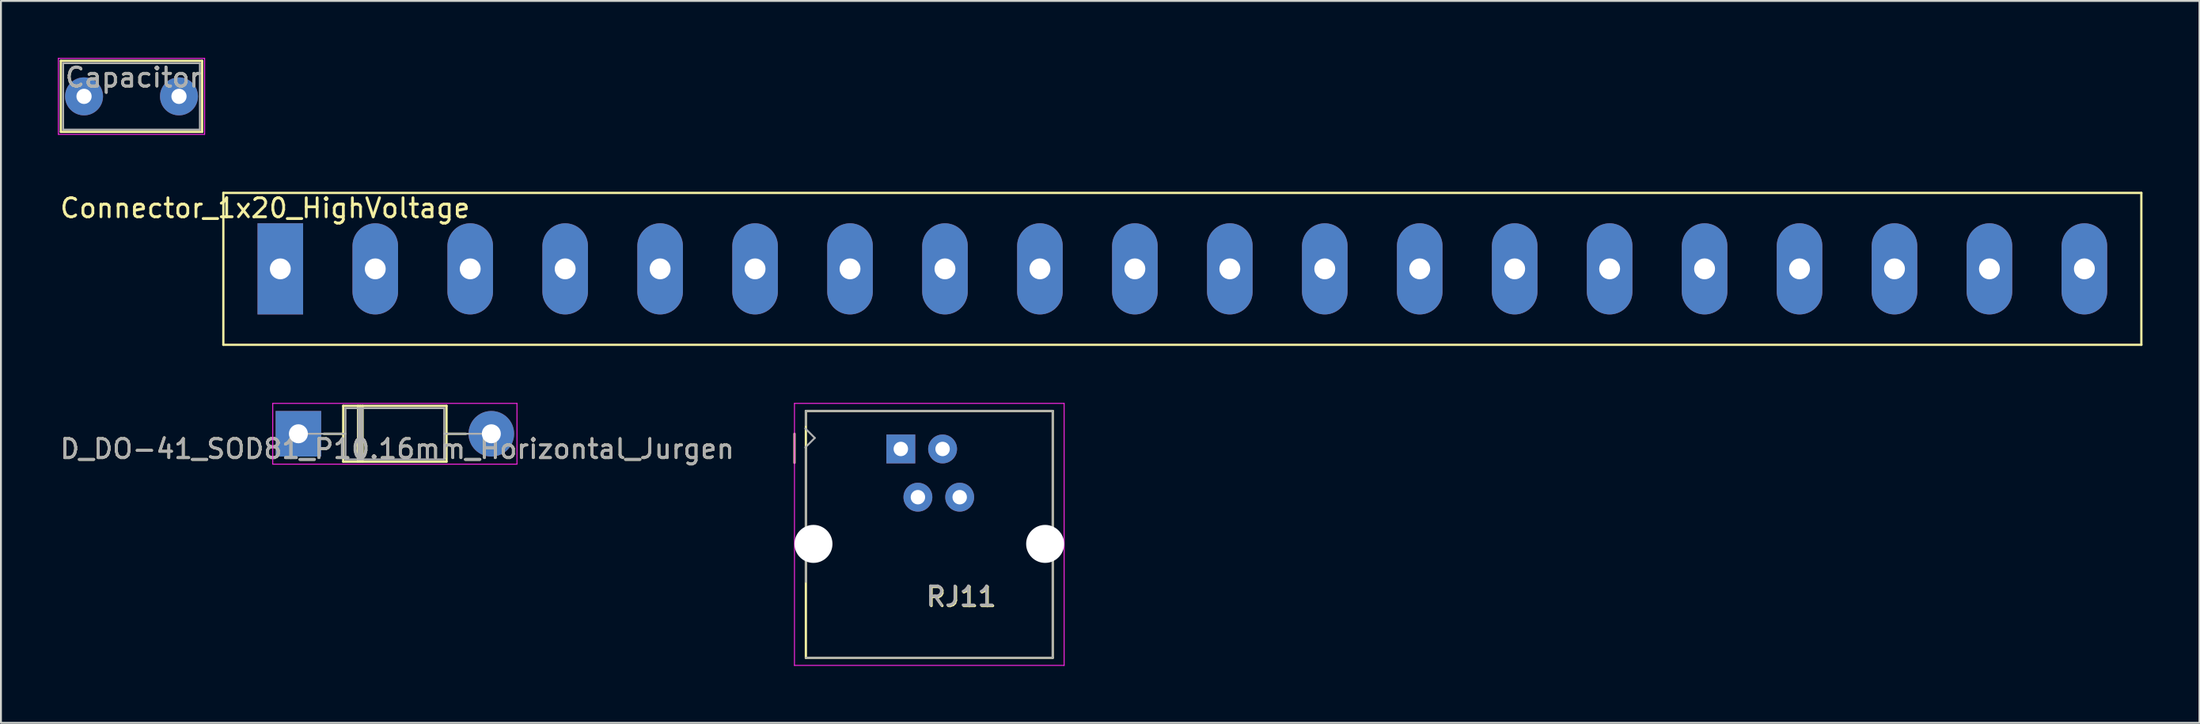
<source format=kicad_pcb>
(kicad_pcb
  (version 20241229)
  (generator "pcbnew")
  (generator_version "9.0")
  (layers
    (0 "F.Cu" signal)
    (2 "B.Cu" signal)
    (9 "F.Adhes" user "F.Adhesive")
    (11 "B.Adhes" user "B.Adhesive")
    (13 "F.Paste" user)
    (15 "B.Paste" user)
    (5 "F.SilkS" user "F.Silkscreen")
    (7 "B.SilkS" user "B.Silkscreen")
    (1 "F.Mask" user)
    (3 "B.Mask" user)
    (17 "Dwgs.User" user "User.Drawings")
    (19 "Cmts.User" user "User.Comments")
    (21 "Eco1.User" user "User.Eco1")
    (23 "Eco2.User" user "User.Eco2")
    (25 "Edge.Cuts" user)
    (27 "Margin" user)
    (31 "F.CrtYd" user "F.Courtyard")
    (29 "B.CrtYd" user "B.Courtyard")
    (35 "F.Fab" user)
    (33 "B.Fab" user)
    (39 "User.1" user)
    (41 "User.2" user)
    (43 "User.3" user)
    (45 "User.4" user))
  (footprint "D_DO-41_SOD81_P10.16mm_Horizontal_Jurgen"
    (layer "F.Cu")
    (at 12.663 19.795)
    (property "Reference" "D_DO-41_SOD81_P10.16mm_Horizontal_Jurgen" (at 5.2 0.8 0) (layer "F.SilkS") (effects (font (size 1 1) (thickness 0.15))))
    (attr through_hole)
    (fp_line (start 1.34 0) (end 2.36 0) (stroke (width 0.12) (type solid)) (layer "F.SilkS"))
    (fp_line (start 2.36 -1.47) (end 2.36 1.47) (stroke (width 0.12) (type solid)) (layer "F.SilkS"))
    (fp_line (start 2.36 1.47) (end 7.8 1.47) (stroke (width 0.12) (type solid)) (layer "F.SilkS"))
    (fp_line (start 3.14 -1.47) (end 3.14 1.47) (stroke (width 0.12) (type solid)) (layer "F.SilkS"))
    (fp_line (start 3.26 -1.47) (end 3.26 1.47) (stroke (width 0.12) (type solid)) (layer "F.SilkS"))
    (fp_line (start 3.38 -1.47) (end 3.38 1.47) (stroke (width 0.12) (type solid)) (layer "F.SilkS"))
    (fp_line (start 7.8 -1.47) (end 2.36 -1.47) (stroke (width 0.12) (type solid)) (layer "F.SilkS"))
    (fp_line (start 7.8 1.47) (end 7.8 -1.47) (stroke (width 0.12) (type solid)) (layer "F.SilkS"))
    (fp_line (start 8.82 0) (end 7.8 0) (stroke (width 0.12) (type solid)) (layer "F.SilkS"))
    (fp_line (start -1.35 -1.6) (end -1.35 1.6) (stroke (width 0.05) (type solid)) (layer "F.CrtYd"))
    (fp_line (start -1.35 1.6) (end 11.51 1.6) (stroke (width 0.05) (type solid)) (layer "F.CrtYd"))
    (fp_line (start 11.51 -1.6) (end -1.35 -1.6) (stroke (width 0.05) (type solid)) (layer "F.CrtYd"))
    (fp_line (start 11.51 1.6) (end 11.51 -1.6) (stroke (width 0.05) (type solid)) (layer "F.CrtYd"))
    (fp_line (start 0 0) (end 2.48 0) (stroke (width 0.1) (type solid)) (layer "F.Fab"))
    (fp_line (start 2.48 -1.35) (end 2.48 1.35) (stroke (width 0.1) (type solid)) (layer "F.Fab"))
    (fp_line (start 2.48 1.35) (end 7.68 1.35) (stroke (width 0.1) (type solid)) (layer "F.Fab"))
    (fp_line (start 3.16 -1.35) (end 3.16 1.35) (stroke (width 0.1) (type solid)) (layer "F.Fab"))
    (fp_line (start 3.26 -1.35) (end 3.26 1.35) (stroke (width 0.1) (type solid)) (layer "F.Fab"))
    (fp_line (start 3.36 -1.35) (end 3.36 1.35) (stroke (width 0.1) (type solid)) (layer "F.Fab"))
    (fp_line (start 7.68 -1.35) (end 2.48 -1.35) (stroke (width 0.1) (type solid)) (layer "F.Fab"))
    (fp_line (start 7.68 1.35) (end 7.68 -1.35) (stroke (width 0.1) (type solid)) (layer "F.Fab"))
    (fp_line (start 10.16 0) (end 7.68 0) (stroke (width 0.1) (type solid)) (layer "F.Fab"))
    (fp_text user "${REFERENCE}" (at 5.2 0.8 0) (layer "F.Fab") (effects (font (size 1 1) (thickness 0.15))))
    (pad "1" thru_hole rect (at 0 0) (size 2.4 2.4) (drill 1) (layers "*.Cu" "*.Mask"))
    (pad "2" thru_hole oval (at 10.16 0) (size 2.4 2.4) (drill 1) (layers "*.Cu" "*.Mask")))
  (footprint "Capacitor"
    (layer "F.Cu")
    (at 1.375 2.025)
    (property "Reference" "Capacitor" (at 2.6 -1 0) (layer "F.SilkS") (effects (font (size 1 1) (thickness 0.15))))
    (attr through_hole)
    (fp_line (start -1.22 -1.87) (end -1.22 1.87) (stroke (width 0.12) (type solid)) (layer "F.SilkS"))
    (fp_line (start -1.22 -1.87) (end 6.22 -1.87) (stroke (width 0.12) (type solid)) (layer "F.SilkS"))
    (fp_line (start -1.22 1.87) (end 6.22 1.87) (stroke (width 0.12) (type solid)) (layer "F.SilkS"))
    (fp_line (start 6.22 -1.87) (end 6.22 1.87) (stroke (width 0.12) (type solid)) (layer "F.SilkS"))
    (fp_line (start -1.35 -2) (end -1.35 2) (stroke (width 0.05) (type solid)) (layer "F.CrtYd"))
    (fp_line (start -1.35 2) (end 6.35 2) (stroke (width 0.05) (type solid)) (layer "F.CrtYd"))
    (fp_line (start 6.35 -2) (end -1.35 -2) (stroke (width 0.05) (type solid)) (layer "F.CrtYd"))
    (fp_line (start 6.35 2) (end 6.35 -2) (stroke (width 0.05) (type solid)) (layer "F.CrtYd"))
    (fp_line (start -1.1 -1.75) (end -1.1 1.75) (stroke (width 0.1) (type solid)) (layer "F.Fab"))
    (fp_line (start -1.1 1.75) (end 6.1 1.75) (stroke (width 0.1) (type solid)) (layer "F.Fab"))
    (fp_line (start 6.1 -1.75) (end -1.1 -1.75) (stroke (width 0.1) (type solid)) (layer "F.Fab"))
    (fp_line (start 6.1 1.75) (end 6.1 -1.75) (stroke (width 0.1) (type solid)) (layer "F.Fab"))
    (fp_text user "${REFERENCE}" (at 2.6 -1 0) (layer "F.Fab") (effects (font (size 1 1) (thickness 0.15))))
    (pad "1" thru_hole circle (at 0 0) (size 2 2) (drill 0.8) (layers "*.Cu" "*.Mask"))
    (pad "2" thru_hole circle (at 5 0) (size 2 2) (drill 0.8) (layers "*.Cu" "*.Mask")))
  (footprint "Connector_1x20_HighVoltage"
    (layer "F.Cu")
    (at 58.711 11.11)
    (property "Reference" "Connector_1x20_HighVoltage" (at -47.8 -3.2 0) (layer "F.SilkS") (effects (font (size 1 1) (thickness 0.15))))
    (attr through_hole)
    (fp_line (start -50 -4) (end -50 4) (stroke (width 0.12) (type solid)) (layer "F.SilkS"))
    (fp_line (start -50 -4) (end 51 -4) (stroke (width 0.12) (type solid)) (layer "F.SilkS"))
    (fp_line (start -50 4) (end 51 4) (stroke (width 0.12) (type solid)) (layer "F.SilkS"))
    (fp_line (start 51 -4) (end 51 4) (stroke (width 0.12) (type solid)) (layer "F.SilkS"))
    (pad "1" thru_hole custom (at -47 0) (size 2.4 4.8) (drill 1.1) (layers "*.Cu" "*.Mask") (options (anchor rect)) (primitives))
    (pad "2" thru_hole oval (at -42 0) (size 2.4 4.8) (drill 1.1) (layers "*.Cu" "*.Mask"))
    (pad "3" thru_hole oval (at -37 0) (size 2.4 4.8) (drill 1.1) (layers "*.Cu" "*.Mask"))
    (pad "4" thru_hole oval (at -32 0) (size 2.4 4.8) (drill 1.1) (layers "*.Cu" "*.Mask"))
    (pad "5" thru_hole oval (at -27 0) (size 2.4 4.8) (drill 1.1) (layers "*.Cu" "*.Mask"))
    (pad "6" thru_hole oval (at -22 0) (size 2.4 4.8) (drill 1.1) (layers "*.Cu" "*.Mask"))
    (pad "7" thru_hole oval (at -17 0) (size 2.4 4.8) (drill 1.1) (layers "*.Cu" "*.Mask"))
    (pad "8" thru_hole oval (at -12 0) (size 2.4 4.8) (drill 1.1) (layers "*.Cu" "*.Mask"))
    (pad "9" thru_hole oval (at -7 0) (size 2.4 4.8) (drill 1.1) (layers "*.Cu" "*.Mask"))
    (pad "10" thru_hole oval (at -2 0) (size 2.4 4.8) (drill 1.1) (layers "*.Cu" "*.Mask"))
    (pad "11" thru_hole oval (at 3 0) (size 2.4 4.8) (drill 1.1) (layers "*.Cu" "*.Mask"))
    (pad "12" thru_hole oval (at 8 0) (size 2.4 4.8) (drill 1.1) (layers "*.Cu" "*.Mask"))
    (pad "13" thru_hole oval (at 13 0) (size 2.4 4.8) (drill 1.1) (layers "*.Cu" "*.Mask"))
    (pad "14" thru_hole oval (at 18 0) (size 2.4 4.8) (drill 1.1) (layers "*.Cu" "*.Mask"))
    (pad "15" thru_hole oval (at 23 0) (size 2.4 4.8) (drill 1.1) (layers "*.Cu" "*.Mask"))
    (pad "16" thru_hole oval (at 28 0) (size 2.4 4.8) (drill 1.1) (layers "*.Cu" "*.Mask"))
    (pad "17" thru_hole oval (at 33 0) (size 2.4 4.8) (drill 1.1) (layers "*.Cu" "*.Mask"))
    (pad "18" thru_hole oval (at 38 0) (size 2.4 4.8) (drill 1.1) (layers "*.Cu" "*.Mask"))
    (pad "19" thru_hole oval (at 43 0) (size 2.4 4.8) (drill 1.1) (layers "*.Cu" "*.Mask"))
    (pad "20" thru_hole oval (at 48 0) (size 2.4 4.8) (drill 1.1) (layers "*.Cu" "*.Mask")))
  (footprint "RJ11"
    (layer "F.Cu")
    (at 44.386 20.595)
    (property "Reference" "RJ11" (at 3.2 7.8 0) (layer "F.SilkS") (effects (font (size 1 1) (thickness 0.15))))
    (attr through_hole)
    (fp_line (start -5.6 0.73) (end -5.6 -0.8) (stroke (width 0.12) (type solid)) (layer "F.SilkS"))
    (fp_line (start -5 -2) (end -5 11) (stroke (width 0.12) (type solid)) (layer "F.SilkS"))
    (fp_line (start -5 -2) (end 8 -2) (stroke (width 0.12) (type solid)) (layer "F.SilkS"))
    (fp_line (start -5 11) (end 8 11) (stroke (width 0.12) (type solid)) (layer "F.SilkS"))
    (fp_line (start 8 -2) (end 8 11) (stroke (width 0.12) (type solid)) (layer "F.SilkS"))
    (fp_line (start -5.6 -2.4) (end 8.6 -2.4) (stroke (width 0.05) (type solid)) (layer "F.CrtYd"))
    (fp_line (start -5.6 11.4) (end -5.6 -2.4) (stroke (width 0.05) (type solid)) (layer "F.CrtYd"))
    (fp_line (start -5.6 11.4) (end 8.6 11.4) (stroke (width 0.05) (type solid)) (layer "F.CrtYd"))
    (fp_line (start 8.6 -2.4) (end 8.6 11.4) (stroke (width 0.05) (type solid)) (layer "F.CrtYd"))
    (fp_line (start -5.03 -0.08) (end -4.53 -0.58) (stroke (width 0.1) (type solid)) (layer "F.Fab"))
    (fp_line (start -5 -2) (end 8 -2) (stroke (width 0.1) (type solid)) (layer "F.Fab"))
    (fp_line (start -5 -1.25) (end -5 -2) (stroke (width 0.1) (type solid)) (layer "F.Fab"))
    (fp_line (start -5 7) (end -5 0) (stroke (width 0.1) (type solid)) (layer "F.Fab"))
    (fp_line (start -5 11) (end 8 11) (stroke (width 0.1) (type solid)) (layer "F.Fab"))
    (fp_line (start -4.53 -0.58) (end -5.03 -1.08) (stroke (width 0.1) (type solid)) (layer "F.Fab"))
    (fp_line (start 8 -2) (end 8 11) (stroke (width 0.1) (type solid)) (layer "F.Fab"))
    (fp_text user "${REFERENCE}" (at 3.16 7.76 0) (layer "F.Fab") (effects (font (size 1 1) (thickness 0.15))))
    (pad "" np_thru_hole circle (at -4.6 5) (size 2 2) (drill 2) (layers "*.Cu" "*.Mask"))
    (pad "" np_thru_hole circle (at 7.6 5) (size 2 2) (drill 2) (layers "*.Cu" "*.Mask"))
    (pad "1" thru_hole rect (at 0 0) (size 1.52 1.52) (drill 0.76) (layers "*.Cu" "*.Mask"))
    (pad "2" thru_hole circle (at 0.9 2.54) (size 1.52 1.52) (drill 0.76) (layers "*.Cu" "*.Mask"))
    (pad "3" thru_hole circle (at 2.2 0) (size 1.52 1.52) (drill 0.76) (layers "*.Cu" "*.Mask"))
    (pad "4" thru_hole circle (at 3.1 2.54) (size 1.52 1.52) (drill 0.76) (layers "*.Cu" "*.Mask")))
  (gr_rect
    (start -3 -3)
    (end 112.771 35.02)
    (stroke (width 0.1) (type default))
    (fill no)
    (layer "Edge.Cuts")))
</source>
